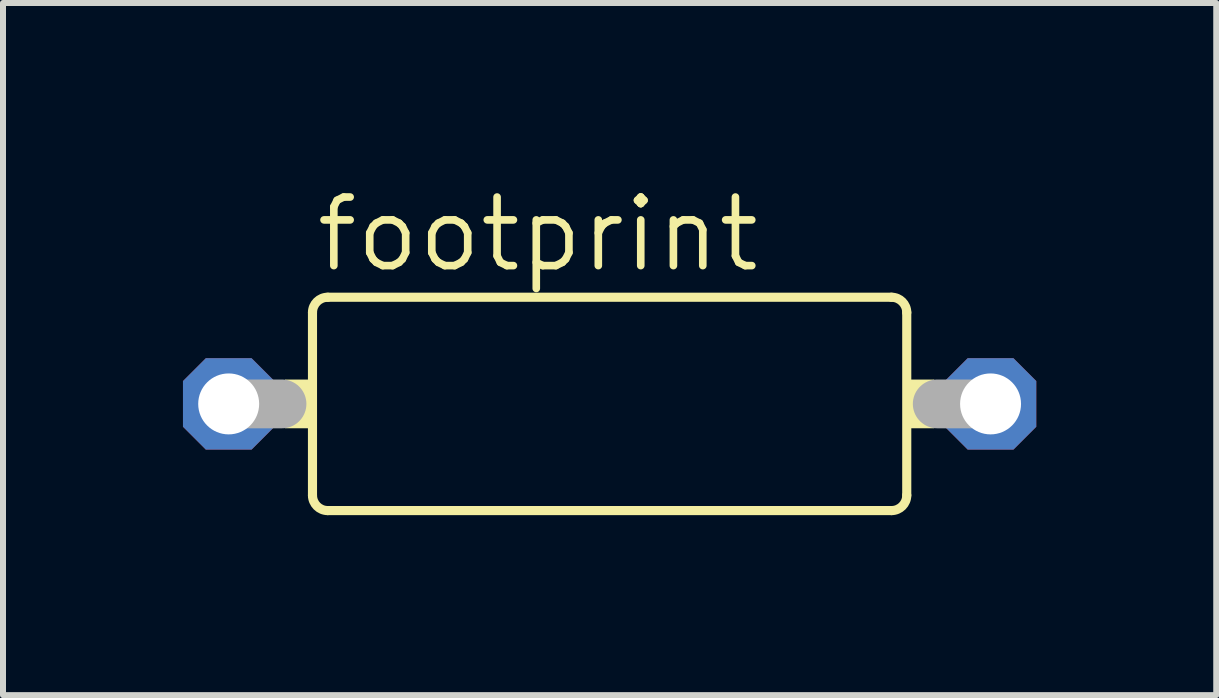
<source format=kicad_pcb>
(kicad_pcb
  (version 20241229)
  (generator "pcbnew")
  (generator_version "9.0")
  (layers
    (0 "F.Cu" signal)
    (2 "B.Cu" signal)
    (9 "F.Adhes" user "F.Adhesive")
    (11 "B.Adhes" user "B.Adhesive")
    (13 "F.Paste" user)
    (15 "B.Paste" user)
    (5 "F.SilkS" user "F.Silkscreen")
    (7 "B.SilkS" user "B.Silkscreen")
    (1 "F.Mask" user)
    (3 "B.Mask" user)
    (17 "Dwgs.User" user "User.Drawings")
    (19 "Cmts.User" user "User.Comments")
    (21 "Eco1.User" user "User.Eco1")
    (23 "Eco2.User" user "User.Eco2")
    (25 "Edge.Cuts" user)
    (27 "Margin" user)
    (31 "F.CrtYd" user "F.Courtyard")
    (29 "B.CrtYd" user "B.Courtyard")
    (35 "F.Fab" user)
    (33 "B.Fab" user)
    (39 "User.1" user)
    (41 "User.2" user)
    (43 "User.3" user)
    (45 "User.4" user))
  (footprint "footprint"
    (layer "F.Cu")
    (at 7.112 3.683)
    (property "Reference" "footprint" (at -4.953 -2.159 0) (layer "F.SilkS") (effects (font (size 1.143 1.143) (thickness 0.127)) (justify left bottom)))
    (fp_line (start -4.953 -1.524) (end -4.953 1.524) (stroke (width 0.152) (type solid)) (layer "F.SilkS"))
    (fp_line (start -4.699 -1.778) (end 4.699 -1.778) (stroke (width 0.152) (type solid)) (layer "F.SilkS"))
    (fp_line (start 4.699 1.778) (end -4.699 1.778) (stroke (width 0.152) (type solid)) (layer "F.SilkS"))
    (fp_line (start 4.953 -1.524) (end 4.953 1.524) (stroke (width 0.152) (type solid)) (layer "F.SilkS"))
    (fp_arc (start -4.953 -1.524) (mid -4.878605 -1.703605) (end -4.699 -1.778) (stroke (width 0.1524) (type solid)) (layer "F.SilkS"))
    (fp_arc (start -4.699 1.778) (mid -4.878605 1.703605) (end -4.953 1.524) (stroke (width 0.1524) (type solid)) (layer "F.SilkS"))
    (fp_arc (start 4.699 -1.778) (mid 4.878605 -1.703605) (end 4.953 -1.524) (stroke (width 0.1524) (type solid)) (layer "F.SilkS"))
    (fp_arc (start 4.953 1.524) (mid 4.878605 1.703605) (end 4.699 1.778) (stroke (width 0.1524) (type solid)) (layer "F.SilkS"))
    (fp_poly (pts (xy -5.41 0.406) (xy -4.953 0.406) (xy -4.953 -0.406) (xy -5.41 -0.406)) (stroke (width 0) (type solid)) (fill yes) (layer "F.SilkS"))
    (fp_poly (pts (xy 4.953 0.406) (xy 5.41 0.406) (xy 5.41 -0.406) (xy 4.953 -0.406)) (stroke (width 0) (type solid)) (fill yes) (layer "F.SilkS"))
    (fp_line (start -6.35 0) (end -5.461 0) (stroke (width 0.813) (type solid)) (layer "F.Fab"))
    (fp_line (start 6.35 0) (end 5.461 0) (stroke (width 0.813) (type solid)) (layer "F.Fab"))
    (pad "1" thru_hole roundrect (at -6.35 0) (size 1.524 1.524) (drill 1.016) (layers "*.Cu" "*.Mask") (roundrect_rratio 0.25) (chamfer_ratio 0.25) (chamfer top_left top_right bottom_left bottom_right))
    (pad "2" thru_hole roundrect (at 6.35 0) (size 1.524 1.524) (drill 1.016) (layers "*.Cu" "*.Mask") (roundrect_rratio 0.25) (chamfer_ratio 0.25) (chamfer top_left top_right bottom_left bottom_right)))
  (gr_rect
    (start -3 -3)
    (end 17.224 8.537)
    (stroke (width 0.1) (type default))
    (fill no)
    (layer "Edge.Cuts")))
</source>
